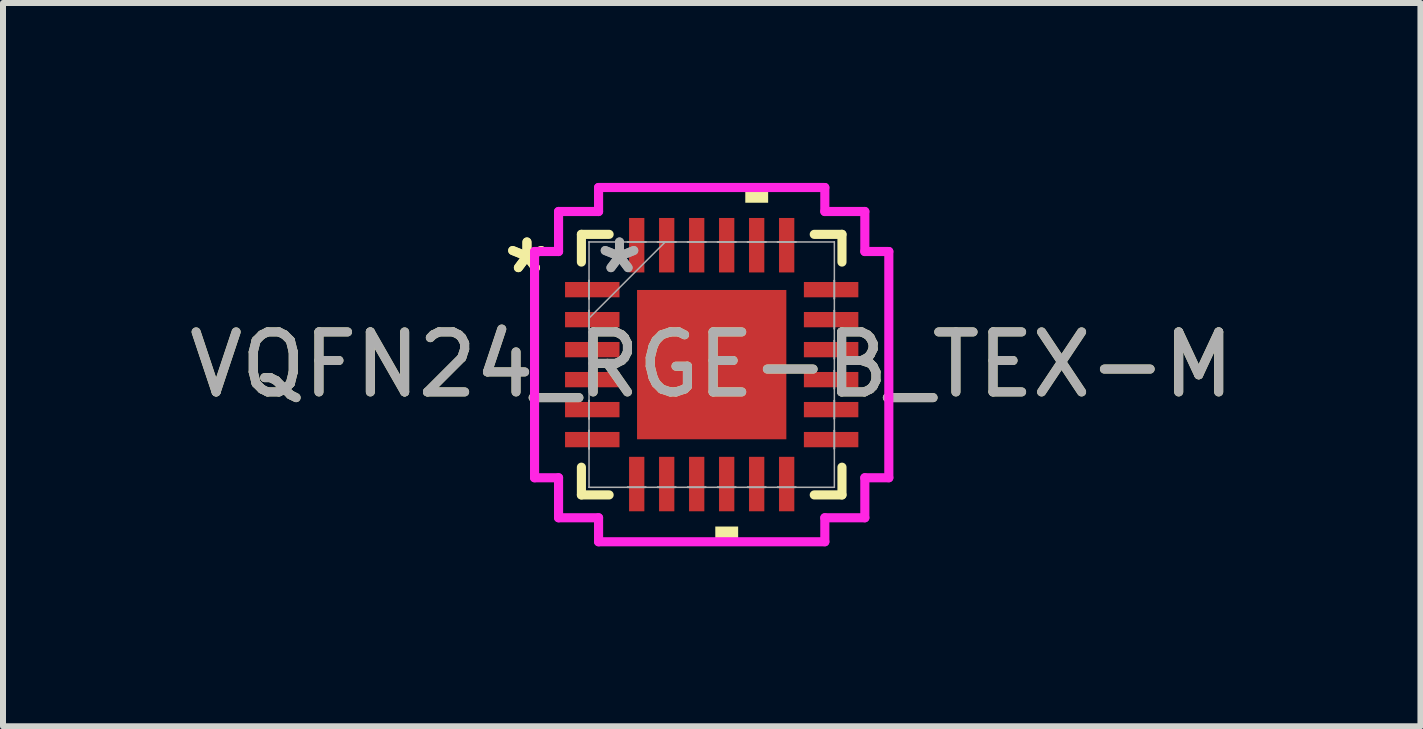
<source format=kicad_pcb>
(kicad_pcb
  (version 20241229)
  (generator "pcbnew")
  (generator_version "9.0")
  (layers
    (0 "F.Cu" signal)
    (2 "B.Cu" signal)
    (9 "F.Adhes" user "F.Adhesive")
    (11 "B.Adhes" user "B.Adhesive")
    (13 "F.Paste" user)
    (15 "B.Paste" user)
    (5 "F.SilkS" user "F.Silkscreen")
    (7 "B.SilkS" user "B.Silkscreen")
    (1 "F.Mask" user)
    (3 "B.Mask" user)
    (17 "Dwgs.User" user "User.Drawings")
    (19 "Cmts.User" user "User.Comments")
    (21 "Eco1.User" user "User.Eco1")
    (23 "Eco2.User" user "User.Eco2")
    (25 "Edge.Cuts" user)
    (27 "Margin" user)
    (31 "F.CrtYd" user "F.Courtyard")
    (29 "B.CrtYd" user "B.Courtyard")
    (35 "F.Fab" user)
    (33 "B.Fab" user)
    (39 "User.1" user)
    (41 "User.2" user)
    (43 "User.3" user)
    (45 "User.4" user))
  (footprint "VQFN24_RGE-B_TEX-M"
    (layer "F.Cu")
    (at 8.815 3.029)
    (property "Reference" "VQFN24_RGE-B_TEX-M" (at 0 0 0) (unlocked yes) (layer "F.SilkS") (effects (font (size 1 1) (thickness 0.15))))
    (attr smd)
    (fp_line (start -2.172 -2.172) (end -2.172 -1.71) (stroke (width 0.152) (type solid)) (layer "F.SilkS"))
    (fp_line (start -2.172 1.71) (end -2.172 2.172) (stroke (width 0.152) (type solid)) (layer "F.SilkS"))
    (fp_line (start -2.172 2.172) (end -1.71 2.172) (stroke (width 0.152) (type solid)) (layer "F.SilkS"))
    (fp_line (start -1.71 -2.172) (end -2.172 -2.172) (stroke (width 0.152) (type solid)) (layer "F.SilkS"))
    (fp_line (start 1.71 2.172) (end 2.172 2.172) (stroke (width 0.152) (type solid)) (layer "F.SilkS"))
    (fp_line (start 2.172 -2.172) (end 1.71 -2.172) (stroke (width 0.152) (type solid)) (layer "F.SilkS"))
    (fp_line (start 2.172 -1.71) (end 2.172 -2.172) (stroke (width 0.152) (type solid)) (layer "F.SilkS"))
    (fp_line (start 2.172 2.172) (end 2.172 1.71) (stroke (width 0.152) (type solid)) (layer "F.SilkS"))
    (fp_poly (pts (xy 0.06 2.699) (xy 0.06 2.953) (xy 0.441 2.953) (xy 0.441 2.699)) (stroke (width 0) (type solid)) (fill yes) (layer "F.SilkS"))
    (fp_poly (pts (xy 0.56 -2.699) (xy 0.56 -2.953) (xy 0.941 -2.953) (xy 0.941 -2.699)) (stroke (width 0) (type solid)) (fill yes) (layer "F.SilkS"))
    (fp_line (start -2.953 -1.886) (end -2.553 -1.886) (stroke (width 0.152) (type solid)) (layer "F.CrtYd"))
    (fp_line (start -2.953 1.886) (end -2.953 -1.886) (stroke (width 0.152) (type solid)) (layer "F.CrtYd"))
    (fp_line (start -2.553 -2.553) (end -1.886 -2.553) (stroke (width 0.152) (type solid)) (layer "F.CrtYd"))
    (fp_line (start -2.553 -1.886) (end -2.553 -2.553) (stroke (width 0.152) (type solid)) (layer "F.CrtYd"))
    (fp_line (start -2.553 1.886) (end -2.953 1.886) (stroke (width 0.152) (type solid)) (layer "F.CrtYd"))
    (fp_line (start -2.553 2.553) (end -2.553 1.886) (stroke (width 0.152) (type solid)) (layer "F.CrtYd"))
    (fp_line (start -1.886 -2.953) (end 1.886 -2.953) (stroke (width 0.152) (type solid)) (layer "F.CrtYd"))
    (fp_line (start -1.886 -2.553) (end -1.886 -2.953) (stroke (width 0.152) (type solid)) (layer "F.CrtYd"))
    (fp_line (start -1.886 2.553) (end -2.553 2.553) (stroke (width 0.152) (type solid)) (layer "F.CrtYd"))
    (fp_line (start -1.886 2.953) (end -1.886 2.553) (stroke (width 0.152) (type solid)) (layer "F.CrtYd"))
    (fp_line (start 1.886 -2.953) (end 1.886 -2.553) (stroke (width 0.152) (type solid)) (layer "F.CrtYd"))
    (fp_line (start 1.886 -2.553) (end 2.553 -2.553) (stroke (width 0.152) (type solid)) (layer "F.CrtYd"))
    (fp_line (start 1.886 2.553) (end 1.886 2.953) (stroke (width 0.152) (type solid)) (layer "F.CrtYd"))
    (fp_line (start 1.886 2.953) (end -1.886 2.953) (stroke (width 0.152) (type solid)) (layer "F.CrtYd"))
    (fp_line (start 2.553 -2.553) (end 2.553 -1.886) (stroke (width 0.152) (type solid)) (layer "F.CrtYd"))
    (fp_line (start 2.553 -1.886) (end 2.953 -1.886) (stroke (width 0.152) (type solid)) (layer "F.CrtYd"))
    (fp_line (start 2.553 1.886) (end 2.553 2.553) (stroke (width 0.152) (type solid)) (layer "F.CrtYd"))
    (fp_line (start 2.553 2.553) (end 1.886 2.553) (stroke (width 0.152) (type solid)) (layer "F.CrtYd"))
    (fp_line (start 2.953 -1.886) (end 2.953 1.886) (stroke (width 0.152) (type solid)) (layer "F.CrtYd"))
    (fp_line (start 2.953 1.886) (end 2.553 1.886) (stroke (width 0.152) (type solid)) (layer "F.CrtYd"))
    (fp_line (start -2.045 -2.045) (end -2.045 -2.045) (stroke (width 0.025) (type solid)) (layer "F.Fab"))
    (fp_line (start -2.045 -2.045) (end -2.045 2.045) (stroke (width 0.025) (type solid)) (layer "F.Fab"))
    (fp_line (start -2.045 -1.403) (end -2.045 -1.403) (stroke (width 0.025) (type solid)) (layer "F.Fab"))
    (fp_line (start -2.045 -1.403) (end -2.045 -1.098) (stroke (width 0.025) (type solid)) (layer "F.Fab"))
    (fp_line (start -2.045 -1.098) (end -2.045 -1.403) (stroke (width 0.025) (type solid)) (layer "F.Fab"))
    (fp_line (start -2.045 -1.098) (end -2.045 -1.098) (stroke (width 0.025) (type solid)) (layer "F.Fab"))
    (fp_line (start -2.045 -0.903) (end -2.045 -0.903) (stroke (width 0.025) (type solid)) (layer "F.Fab"))
    (fp_line (start -2.045 -0.903) (end -2.045 -0.598) (stroke (width 0.025) (type solid)) (layer "F.Fab"))
    (fp_line (start -2.045 -0.775) (end -0.775 -2.045) (stroke (width 0.025) (type solid)) (layer "F.Fab"))
    (fp_line (start -2.045 -0.598) (end -2.045 -0.903) (stroke (width 0.025) (type solid)) (layer "F.Fab"))
    (fp_line (start -2.045 -0.598) (end -2.045 -0.598) (stroke (width 0.025) (type solid)) (layer "F.Fab"))
    (fp_line (start -2.045 -0.402) (end -2.045 -0.402) (stroke (width 0.025) (type solid)) (layer "F.Fab"))
    (fp_line (start -2.045 -0.402) (end -2.045 -0.098) (stroke (width 0.025) (type solid)) (layer "F.Fab"))
    (fp_line (start -2.045 -0.098) (end -2.045 -0.402) (stroke (width 0.025) (type solid)) (layer "F.Fab"))
    (fp_line (start -2.045 -0.098) (end -2.045 -0.098) (stroke (width 0.025) (type solid)) (layer "F.Fab"))
    (fp_line (start -2.045 0.098) (end -2.045 0.098) (stroke (width 0.025) (type solid)) (layer "F.Fab"))
    (fp_line (start -2.045 0.098) (end -2.045 0.402) (stroke (width 0.025) (type solid)) (layer "F.Fab"))
    (fp_line (start -2.045 0.402) (end -2.045 0.098) (stroke (width 0.025) (type solid)) (layer "F.Fab"))
    (fp_line (start -2.045 0.402) (end -2.045 0.402) (stroke (width 0.025) (type solid)) (layer "F.Fab"))
    (fp_line (start -2.045 0.598) (end -2.045 0.598) (stroke (width 0.025) (type solid)) (layer "F.Fab"))
    (fp_line (start -2.045 0.598) (end -2.045 0.903) (stroke (width 0.025) (type solid)) (layer "F.Fab"))
    (fp_line (start -2.045 0.903) (end -2.045 0.598) (stroke (width 0.025) (type solid)) (layer "F.Fab"))
    (fp_line (start -2.045 0.903) (end -2.045 0.903) (stroke (width 0.025) (type solid)) (layer "F.Fab"))
    (fp_line (start -2.045 1.098) (end -2.045 1.098) (stroke (width 0.025) (type solid)) (layer "F.Fab"))
    (fp_line (start -2.045 1.098) (end -2.045 1.403) (stroke (width 0.025) (type solid)) (layer "F.Fab"))
    (fp_line (start -2.045 1.403) (end -2.045 1.098) (stroke (width 0.025) (type solid)) (layer "F.Fab"))
    (fp_line (start -2.045 1.403) (end -2.045 1.403) (stroke (width 0.025) (type solid)) (layer "F.Fab"))
    (fp_line (start -2.045 2.045) (end -2.045 2.045) (stroke (width 0.025) (type solid)) (layer "F.Fab"))
    (fp_line (start -2.045 2.045) (end 2.045 2.045) (stroke (width 0.025) (type solid)) (layer "F.Fab"))
    (fp_line (start -1.403 -2.045) (end -1.403 -2.045) (stroke (width 0.025) (type solid)) (layer "F.Fab"))
    (fp_line (start -1.403 -2.045) (end -1.098 -2.045) (stroke (width 0.025) (type solid)) (layer "F.Fab"))
    (fp_line (start -1.403 2.045) (end -1.403 2.045) (stroke (width 0.025) (type solid)) (layer "F.Fab"))
    (fp_line (start -1.403 2.045) (end -1.098 2.045) (stroke (width 0.025) (type solid)) (layer "F.Fab"))
    (fp_line (start -1.098 -2.045) (end -1.403 -2.045) (stroke (width 0.025) (type solid)) (layer "F.Fab"))
    (fp_line (start -1.098 -2.045) (end -1.098 -2.045) (stroke (width 0.025) (type solid)) (layer "F.Fab"))
    (fp_line (start -1.098 2.045) (end -1.403 2.045) (stroke (width 0.025) (type solid)) (layer "F.Fab"))
    (fp_line (start -1.098 2.045) (end -1.098 2.045) (stroke (width 0.025) (type solid)) (layer "F.Fab"))
    (fp_line (start -0.903 -2.045) (end -0.903 -2.045) (stroke (width 0.025) (type solid)) (layer "F.Fab"))
    (fp_line (start -0.903 -2.045) (end -0.598 -2.045) (stroke (width 0.025) (type solid)) (layer "F.Fab"))
    (fp_line (start -0.903 2.045) (end -0.903 2.045) (stroke (width 0.025) (type solid)) (layer "F.Fab"))
    (fp_line (start -0.903 2.045) (end -0.598 2.045) (stroke (width 0.025) (type solid)) (layer "F.Fab"))
    (fp_line (start -0.598 -2.045) (end -0.903 -2.045) (stroke (width 0.025) (type solid)) (layer "F.Fab"))
    (fp_line (start -0.598 -2.045) (end -0.598 -2.045) (stroke (width 0.025) (type solid)) (layer "F.Fab"))
    (fp_line (start -0.598 2.045) (end -0.903 2.045) (stroke (width 0.025) (type solid)) (layer "F.Fab"))
    (fp_line (start -0.598 2.045) (end -0.598 2.045) (stroke (width 0.025) (type solid)) (layer "F.Fab"))
    (fp_line (start -0.402 -2.045) (end -0.402 -2.045) (stroke (width 0.025) (type solid)) (layer "F.Fab"))
    (fp_line (start -0.402 -2.045) (end -0.098 -2.045) (stroke (width 0.025) (type solid)) (layer "F.Fab"))
    (fp_line (start -0.402 2.045) (end -0.402 2.045) (stroke (width 0.025) (type solid)) (layer "F.Fab"))
    (fp_line (start -0.402 2.045) (end -0.098 2.045) (stroke (width 0.025) (type solid)) (layer "F.Fab"))
    (fp_line (start -0.098 -2.045) (end -0.402 -2.045) (stroke (width 0.025) (type solid)) (layer "F.Fab"))
    (fp_line (start -0.098 -2.045) (end -0.098 -2.045) (stroke (width 0.025) (type solid)) (layer "F.Fab"))
    (fp_line (start -0.098 2.045) (end -0.402 2.045) (stroke (width 0.025) (type solid)) (layer "F.Fab"))
    (fp_line (start -0.098 2.045) (end -0.098 2.045) (stroke (width 0.025) (type solid)) (layer "F.Fab"))
    (fp_line (start 0.098 -2.045) (end 0.098 -2.045) (stroke (width 0.025) (type solid)) (layer "F.Fab"))
    (fp_line (start 0.098 -2.045) (end 0.402 -2.045) (stroke (width 0.025) (type solid)) (layer "F.Fab"))
    (fp_line (start 0.098 2.045) (end 0.098 2.045) (stroke (width 0.025) (type solid)) (layer "F.Fab"))
    (fp_line (start 0.098 2.045) (end 0.402 2.045) (stroke (width 0.025) (type solid)) (layer "F.Fab"))
    (fp_line (start 0.402 -2.045) (end 0.098 -2.045) (stroke (width 0.025) (type solid)) (layer "F.Fab"))
    (fp_line (start 0.402 -2.045) (end 0.402 -2.045) (stroke (width 0.025) (type solid)) (layer "F.Fab"))
    (fp_line (start 0.402 2.045) (end 0.098 2.045) (stroke (width 0.025) (type solid)) (layer "F.Fab"))
    (fp_line (start 0.402 2.045) (end 0.402 2.045) (stroke (width 0.025) (type solid)) (layer "F.Fab"))
    (fp_line (start 0.598 -2.045) (end 0.598 -2.045) (stroke (width 0.025) (type solid)) (layer "F.Fab"))
    (fp_line (start 0.598 -2.045) (end 0.903 -2.045) (stroke (width 0.025) (type solid)) (layer "F.Fab"))
    (fp_line (start 0.598 2.045) (end 0.598 2.045) (stroke (width 0.025) (type solid)) (layer "F.Fab"))
    (fp_line (start 0.598 2.045) (end 0.903 2.045) (stroke (width 0.025) (type solid)) (layer "F.Fab"))
    (fp_line (start 0.903 -2.045) (end 0.598 -2.045) (stroke (width 0.025) (type solid)) (layer "F.Fab"))
    (fp_line (start 0.903 -2.045) (end 0.903 -2.045) (stroke (width 0.025) (type solid)) (layer "F.Fab"))
    (fp_line (start 0.903 2.045) (end 0.598 2.045) (stroke (width 0.025) (type solid)) (layer "F.Fab"))
    (fp_line (start 0.903 2.045) (end 0.903 2.045) (stroke (width 0.025) (type solid)) (layer "F.Fab"))
    (fp_line (start 1.098 -2.045) (end 1.098 -2.045) (stroke (width 0.025) (type solid)) (layer "F.Fab"))
    (fp_line (start 1.098 -2.045) (end 1.403 -2.045) (stroke (width 0.025) (type solid)) (layer "F.Fab"))
    (fp_line (start 1.098 2.045) (end 1.098 2.045) (stroke (width 0.025) (type solid)) (layer "F.Fab"))
    (fp_line (start 1.098 2.045) (end 1.403 2.045) (stroke (width 0.025) (type solid)) (layer "F.Fab"))
    (fp_line (start 1.403 -2.045) (end 1.098 -2.045) (stroke (width 0.025) (type solid)) (layer "F.Fab"))
    (fp_line (start 1.403 -2.045) (end 1.403 -2.045) (stroke (width 0.025) (type solid)) (layer "F.Fab"))
    (fp_line (start 1.403 2.045) (end 1.098 2.045) (stroke (width 0.025) (type solid)) (layer "F.Fab"))
    (fp_line (start 1.403 2.045) (end 1.403 2.045) (stroke (width 0.025) (type solid)) (layer "F.Fab"))
    (fp_line (start 2.045 -2.045) (end -2.045 -2.045) (stroke (width 0.025) (type solid)) (layer "F.Fab"))
    (fp_line (start 2.045 -2.045) (end 2.045 -2.045) (stroke (width 0.025) (type solid)) (layer "F.Fab"))
    (fp_line (start 2.045 -1.403) (end 2.045 -1.403) (stroke (width 0.025) (type solid)) (layer "F.Fab"))
    (fp_line (start 2.045 -1.403) (end 2.045 -1.098) (stroke (width 0.025) (type solid)) (layer "F.Fab"))
    (fp_line (start 2.045 -1.098) (end 2.045 -1.403) (stroke (width 0.025) (type solid)) (layer "F.Fab"))
    (fp_line (start 2.045 -1.098) (end 2.045 -1.098) (stroke (width 0.025) (type solid)) (layer "F.Fab"))
    (fp_line (start 2.045 -0.903) (end 2.045 -0.903) (stroke (width 0.025) (type solid)) (layer "F.Fab"))
    (fp_line (start 2.045 -0.903) (end 2.045 -0.598) (stroke (width 0.025) (type solid)) (layer "F.Fab"))
    (fp_line (start 2.045 -0.598) (end 2.045 -0.903) (stroke (width 0.025) (type solid)) (layer "F.Fab"))
    (fp_line (start 2.045 -0.598) (end 2.045 -0.598) (stroke (width 0.025) (type solid)) (layer "F.Fab"))
    (fp_line (start 2.045 -0.402) (end 2.045 -0.402) (stroke (width 0.025) (type solid)) (layer "F.Fab"))
    (fp_line (start 2.045 -0.402) (end 2.045 -0.098) (stroke (width 0.025) (type solid)) (layer "F.Fab"))
    (fp_line (start 2.045 -0.098) (end 2.045 -0.402) (stroke (width 0.025) (type solid)) (layer "F.Fab"))
    (fp_line (start 2.045 -0.098) (end 2.045 -0.098) (stroke (width 0.025) (type solid)) (layer "F.Fab"))
    (fp_line (start 2.045 0.098) (end 2.045 0.098) (stroke (width 0.025) (type solid)) (layer "F.Fab"))
    (fp_line (start 2.045 0.098) (end 2.045 0.402) (stroke (width 0.025) (type solid)) (layer "F.Fab"))
    (fp_line (start 2.045 0.402) (end 2.045 0.098) (stroke (width 0.025) (type solid)) (layer "F.Fab"))
    (fp_line (start 2.045 0.402) (end 2.045 0.402) (stroke (width 0.025) (type solid)) (layer "F.Fab"))
    (fp_line (start 2.045 0.598) (end 2.045 0.598) (stroke (width 0.025) (type solid)) (layer "F.Fab"))
    (fp_line (start 2.045 0.598) (end 2.045 0.903) (stroke (width 0.025) (type solid)) (layer "F.Fab"))
    (fp_line (start 2.045 0.903) (end 2.045 0.598) (stroke (width 0.025) (type solid)) (layer "F.Fab"))
    (fp_line (start 2.045 0.903) (end 2.045 0.903) (stroke (width 0.025) (type solid)) (layer "F.Fab"))
    (fp_line (start 2.045 1.098) (end 2.045 1.098) (stroke (width 0.025) (type solid)) (layer "F.Fab"))
    (fp_line (start 2.045 1.098) (end 2.045 1.403) (stroke (width 0.025) (type solid)) (layer "F.Fab"))
    (fp_line (start 2.045 1.403) (end 2.045 1.098) (stroke (width 0.025) (type solid)) (layer "F.Fab"))
    (fp_line (start 2.045 1.403) (end 2.045 1.403) (stroke (width 0.025) (type solid)) (layer "F.Fab"))
    (fp_line (start 2.045 2.045) (end 2.045 -2.045) (stroke (width 0.025) (type solid)) (layer "F.Fab"))
    (fp_line (start 2.045 2.045) (end 2.045 2.045) (stroke (width 0.025) (type solid)) (layer "F.Fab"))
    (fp_text user "*" (at -3.08 -1.5 0) (unlocked yes) (layer "F.SilkS") (effects (font (size 1 1) (thickness 0.15))))
    (fp_text user "*" (at -3.08 -1.5 0) (layer "F.SilkS") (effects (font (size 1 1) (thickness 0.15))))
    (fp_text user "${REFERENCE}" (at 0 0 0) (unlocked yes) (layer "F.Fab") (effects (font (size 1 1) (thickness 0.15))))
    (fp_text user "*" (at -1.537 -1.5 0) (unlocked yes) (layer "F.Fab") (effects (font (size 1 1) (thickness 0.15))))
    (fp_text user "*" (at -1.537 -1.5 0) (layer "F.Fab") (effects (font (size 1 1) (thickness 0.15))))
    (pad "1" smd rect (at -1.991 -1.25 90) (size 0.255 0.908) (layers "F.Cu" "F.Mask" "F.Paste"))
    (pad "2" smd rect (at -1.991 -0.75 90) (size 0.255 0.908) (layers "F.Cu" "F.Mask" "F.Paste"))
    (pad "3" smd rect (at -1.991 -0.25 90) (size 0.255 0.908) (layers "F.Cu" "F.Mask" "F.Paste"))
    (pad "4" smd rect (at -1.991 0.25 90) (size 0.255 0.908) (layers "F.Cu" "F.Mask" "F.Paste"))
    (pad "5" smd rect (at -1.991 0.75 90) (size 0.255 0.908) (layers "F.Cu" "F.Mask" "F.Paste"))
    (pad "6" smd rect (at -1.991 1.25 90) (size 0.255 0.908) (layers "F.Cu" "F.Mask" "F.Paste"))
    (pad "7" smd rect (at -1.25 1.991) (size 0.255 0.908) (layers "F.Cu" "F.Mask" "F.Paste"))
    (pad "8" smd rect (at -0.75 1.991) (size 0.255 0.908) (layers "F.Cu" "F.Mask" "F.Paste"))
    (pad "9" smd rect (at -0.25 1.991) (size 0.255 0.908) (layers "F.Cu" "F.Mask" "F.Paste"))
    (pad "10" smd rect (at 0.25 1.991) (size 0.255 0.908) (layers "F.Cu" "F.Mask" "F.Paste"))
    (pad "11" smd rect (at 0.75 1.991) (size 0.255 0.908) (layers "F.Cu" "F.Mask" "F.Paste"))
    (pad "12" smd rect (at 1.25 1.991) (size 0.255 0.908) (layers "F.Cu" "F.Mask" "F.Paste"))
    (pad "13" smd rect (at 1.991 1.25 90) (size 0.255 0.908) (layers "F.Cu" "F.Mask" "F.Paste"))
    (pad "14" smd rect (at 1.991 0.75 90) (size 0.255 0.908) (layers "F.Cu" "F.Mask" "F.Paste"))
    (pad "15" smd rect (at 1.991 0.25 90) (size 0.255 0.908) (layers "F.Cu" "F.Mask" "F.Paste"))
    (pad "16" smd rect (at 1.991 -0.25 90) (size 0.255 0.908) (layers "F.Cu" "F.Mask" "F.Paste"))
    (pad "17" smd rect (at 1.991 -0.75 90) (size 0.255 0.908) (layers "F.Cu" "F.Mask" "F.Paste"))
    (pad "18" smd rect (at 1.991 -1.25 90) (size 0.255 0.908) (layers "F.Cu" "F.Mask" "F.Paste"))
    (pad "19" smd rect (at 1.25 -1.991) (size 0.255 0.908) (layers "F.Cu" "F.Mask" "F.Paste"))
    (pad "20" smd rect (at 0.75 -1.991) (size 0.255 0.908) (layers "F.Cu" "F.Mask" "F.Paste"))
    (pad "21" smd rect (at 0.25 -1.991) (size 0.255 0.908) (layers "F.Cu" "F.Mask" "F.Paste"))
    (pad "22" smd rect (at -0.25 -1.991) (size 0.255 0.908) (layers "F.Cu" "F.Mask" "F.Paste"))
    (pad "23" smd rect (at -0.75 -1.991) (size 0.255 0.908) (layers "F.Cu" "F.Mask" "F.Paste"))
    (pad "24" smd rect (at -1.25 -1.991) (size 0.255 0.908) (layers "F.Cu" "F.Mask" "F.Paste"))
    (pad "25" smd rect (at 0 0) (size 2.489 2.489) (layers "F.Cu" "F.Mask" "F.Paste")))
  (gr_rect
    (start -3 -3)
    (end 20.631 9.058)
    (stroke (width 0.1) (type default))
    (fill no)
    (layer "Edge.Cuts")))
</source>
